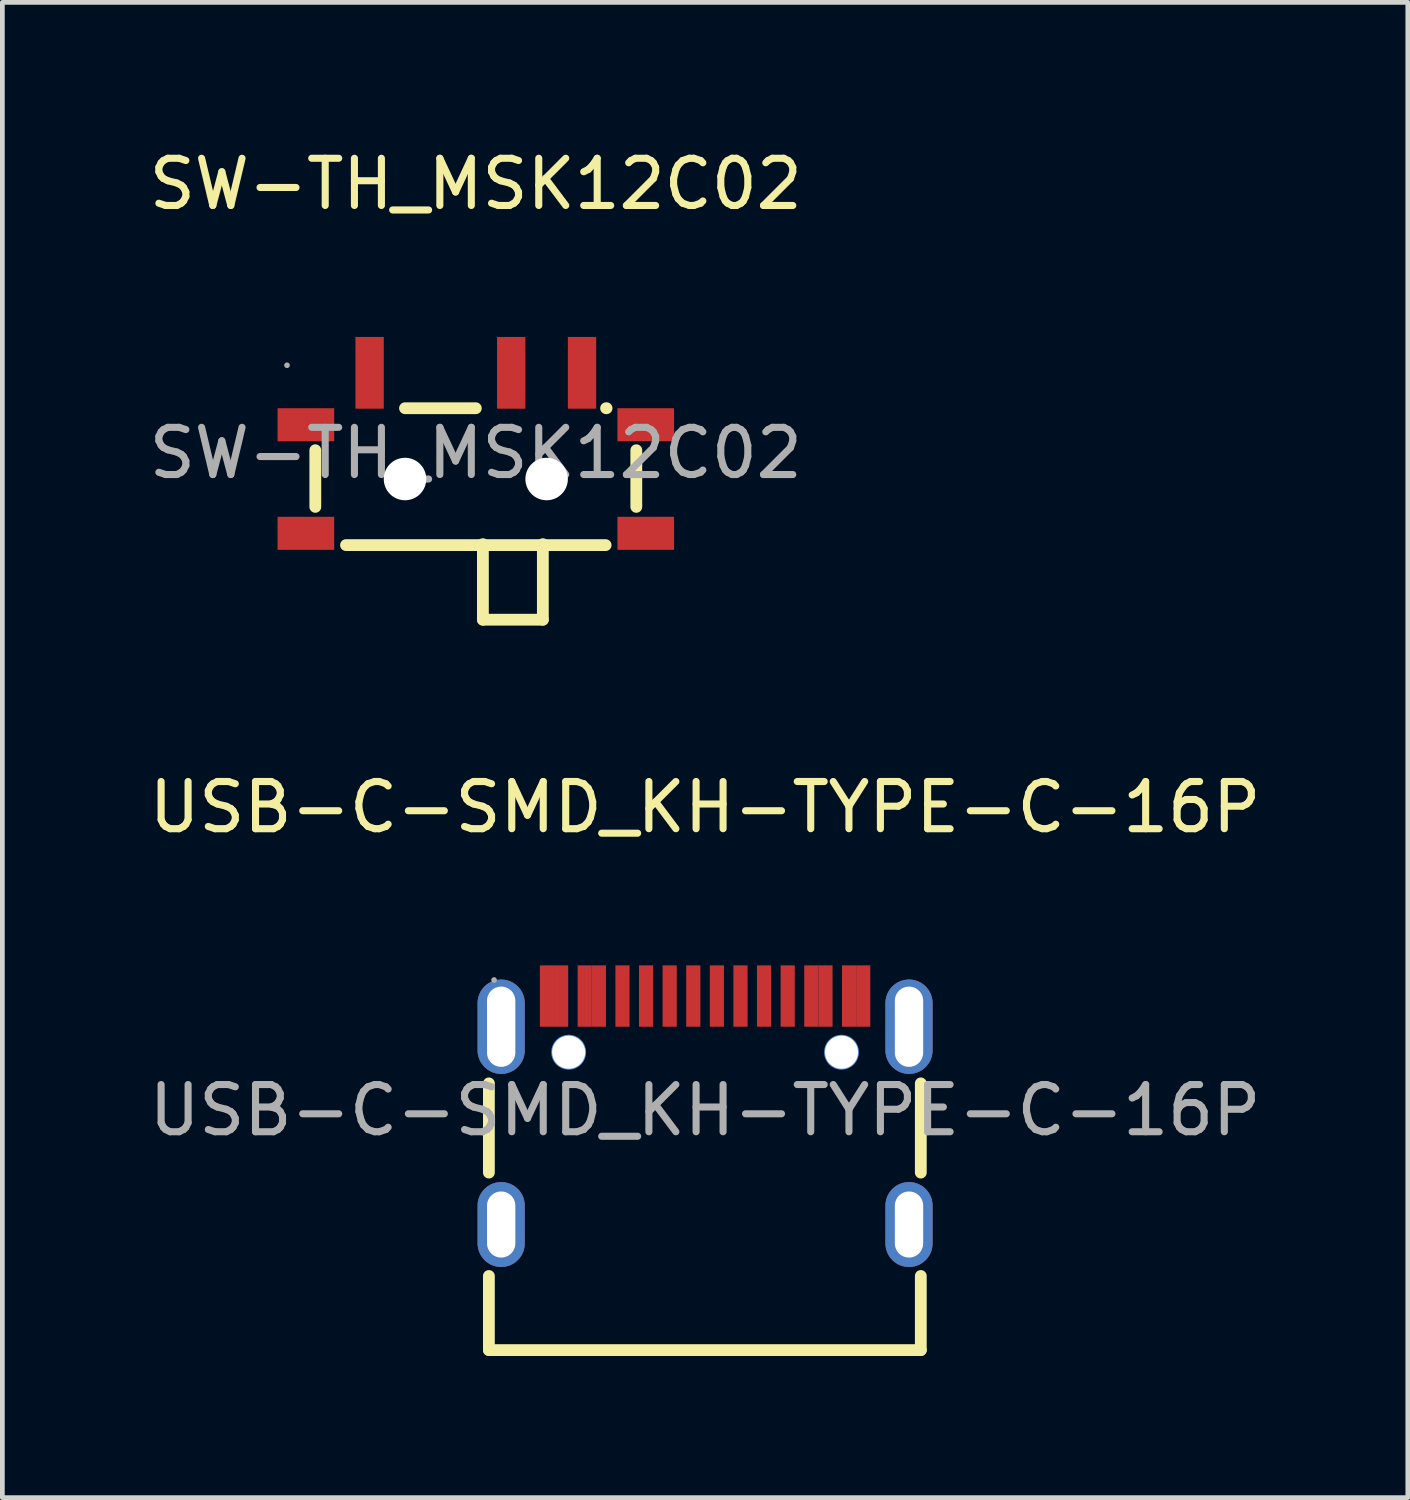
<source format=kicad_pcb>
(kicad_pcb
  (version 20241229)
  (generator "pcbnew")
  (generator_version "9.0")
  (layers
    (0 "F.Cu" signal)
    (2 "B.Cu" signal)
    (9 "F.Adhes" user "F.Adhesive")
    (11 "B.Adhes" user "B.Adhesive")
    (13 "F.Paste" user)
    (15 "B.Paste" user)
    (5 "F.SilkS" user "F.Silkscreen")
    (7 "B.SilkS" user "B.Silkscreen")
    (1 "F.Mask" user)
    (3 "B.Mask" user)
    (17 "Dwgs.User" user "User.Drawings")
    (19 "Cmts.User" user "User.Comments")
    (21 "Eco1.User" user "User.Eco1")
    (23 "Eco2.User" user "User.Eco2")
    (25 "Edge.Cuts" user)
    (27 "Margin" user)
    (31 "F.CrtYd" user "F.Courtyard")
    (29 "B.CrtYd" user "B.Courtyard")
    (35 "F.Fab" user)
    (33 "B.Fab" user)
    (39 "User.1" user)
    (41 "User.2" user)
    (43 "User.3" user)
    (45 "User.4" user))
  (footprint "SW-TH_MSK12C02"
    (layer "F.Cu")
    (at 7.03 6.548)
    (property "Reference" "SW-TH_MSK12C02" (at 0 -5.7 0) (layer "F.SilkS") (effects (font (size 1 1) (thickness 0.15))))
    (attr through_hole)
    (fp_line (start -3.4 -0.06) (end -3.4 1.14) (stroke (width 0.25) (type solid)) (layer "F.SilkS"))
    (fp_line (start -2.75 1.95) (end 2.75 1.95) (stroke (width 0.25) (type solid)) (layer "F.SilkS"))
    (fp_line (start -1.5 -0.95) (end 0 -0.95) (stroke (width 0.25) (type solid)) (layer "F.SilkS"))
    (fp_line (start 0.15 1.93) (end 0.15 3.53) (stroke (width 0.25) (type solid)) (layer "F.SilkS"))
    (fp_line (start 0.15 3.53) (end 1.42 3.53) (stroke (width 0.25) (type solid)) (layer "F.SilkS"))
    (fp_line (start 1.42 3.53) (end 1.42 1.93) (stroke (width 0.25) (type solid)) (layer "F.SilkS"))
    (fp_line (start 2.77 -0.95) (end 2.76 -0.95) (stroke (width 0.25) (type solid)) (layer "F.SilkS"))
    (fp_line (start 3.4 -0.06) (end 3.4 1.14) (stroke (width 0.25) (type solid)) (layer "F.SilkS"))
    (fp_circle (center -1.5 0.55) (end -1.31 0.55) (stroke (width 0.38) (type solid)) (fill no) (layer "Cmts.User"))
    (fp_circle (center 1.5 0.55) (end 1.69 0.55) (stroke (width 0.38) (type solid)) (fill no) (layer "Cmts.User"))
    (fp_circle (center -4 -1.86) (end -3.97 -1.86) (stroke (width 0.06) (type solid)) (fill no) (layer "F.Fab"))
    (fp_text user "${REFERENCE}" (at 0 0 0) (layer "F.Fab") (effects (font (size 1 1) (thickness 0.15))))
    (pad "" np_thru_hole circle (at -1.5 0.55) (size 0.9 0.9) (drill 0.9) (layers "*.Cu" "*.Mask"))
    (pad "" np_thru_hole circle (at 1.5 0.55) (size 0.9 0.9) (drill 0.9) (layers "*.Cu" "*.Mask"))
    (pad "1" smd rect (at -2.25 -1.7 90) (size 1.52 0.6) (layers "F.Cu" "F.Mask" "F.Paste"))
    (pad "2" smd rect (at 0.75 -1.7 90) (size 1.52 0.6) (layers "F.Cu" "F.Mask" "F.Paste"))
    (pad "3" smd rect (at 2.25 -1.7 90) (size 1.52 0.6) (layers "F.Cu" "F.Mask" "F.Paste"))
    (pad "4" smd rect (at -3.6 -0.6 180) (size 1.2 0.7) (layers "F.Cu" "F.Mask" "F.Paste"))
    (pad "4" smd rect (at -3.6 1.7 180) (size 1.2 0.7) (layers "F.Cu" "F.Mask" "F.Paste"))
    (pad "4" smd rect (at 3.6 -0.6 180) (size 1.2 0.7) (layers "F.Cu" "F.Mask" "F.Paste"))
    (pad "4" smd rect (at 3.6 1.7 180) (size 1.2 0.7) (layers "F.Cu" "F.Mask" "F.Paste")))
  (footprint "USB-C-SMD_KH-TYPE-C-16P"
    (layer "F.Cu")
    (at 11.887 20.471)
    (property "Reference" "USB-C-SMD_KH-TYPE-C-16P" (at 0 -6.42 0) (layer "F.SilkS") (effects (font (size 1 1) (thickness 0.15))))
    (attr smd)
    (fp_line (start -4.58 -0.57) (end -4.58 1.32) (stroke (width 0.25) (type solid)) (layer "F.SilkS"))
    (fp_line (start -4.58 3.51) (end -4.58 5.08) (stroke (width 0.25) (type solid)) (layer "F.SilkS"))
    (fp_line (start -4.58 5.08) (end 4.57 5.08) (stroke (width 0.25) (type solid)) (layer "F.SilkS"))
    (fp_line (start 4.57 1.32) (end 4.57 -0.57) (stroke (width 0.25) (type solid)) (layer "F.SilkS"))
    (fp_line (start 4.57 5.08) (end 4.57 3.51) (stroke (width 0.25) (type solid)) (layer "F.SilkS"))
    (fp_circle (center -2.89 -1.23) (end -2.77 -1.23) (stroke (width 0.25) (type solid)) (fill no) (layer "Cmts.User"))
    (fp_circle (center 2.89 -1.23) (end 3.01 -1.23) (stroke (width 0.25) (type solid)) (fill no) (layer "Cmts.User"))
    (fp_circle (center -4.47 -2.76) (end -4.44 -2.76) (stroke (width 0.06) (type solid)) (fill no) (layer "F.Fab"))
    (fp_text user "${REFERENCE}" (at 0 0 0) (layer "F.Fab") (effects (font (size 1 1) (thickness 0.15))))
    (pad "" thru_hole circle (at -2.89 -1.23) (size 0.7 0.7) (drill 0.7) (layers "*.Cu" "*.Mask"))
    (pad "" thru_hole circle (at 2.89 -1.23) (size 0.7 0.7) (drill 0.7) (layers "*.Cu" "*.Mask"))
    (pad "1" thru_hole oval (at -4.32 -1.77) (size 1 2) (drill oval 0.6 1.7) (layers "*.Cu" "*.Mask"))
    (pad "2" thru_hole oval (at 4.32 -1.77) (size 1 2) (drill oval 0.6 1.7) (layers "*.Cu" "*.Mask"))
    (pad "3" thru_hole oval (at -4.32 2.42) (size 1 1.8) (drill oval 0.6 1.4) (layers "*.Cu" "*.Mask"))
    (pad "4" thru_hole oval (at 4.32 2.42) (size 1 1.8) (drill oval 0.6 1.4) (layers "*.Cu" "*.Mask"))
    (pad "A1" smd rect (at -3.35 -2.42) (size 0.3 1.3) (layers "F.Cu" "F.Mask" "F.Paste"))
    (pad "A4" smd rect (at -2.55 -2.42) (size 0.3 1.3) (layers "F.Cu" "F.Mask" "F.Paste"))
    (pad "A5" smd rect (at -1.25 -2.42) (size 0.3 1.3) (layers "F.Cu" "F.Mask" "F.Paste"))
    (pad "A6" smd rect (at -0.25 -2.42) (size 0.3 1.3) (layers "F.Cu" "F.Mask" "F.Paste"))
    (pad "A7" smd rect (at 0.25 -2.42) (size 0.3 1.3) (layers "F.Cu" "F.Mask" "F.Paste"))
    (pad "A8" smd rect (at 1.25 -2.42) (size 0.3 1.3) (layers "F.Cu" "F.Mask" "F.Paste"))
    (pad "A9" smd rect (at 2.55 -2.42 180) (size 0.3 1.3) (layers "F.Cu" "F.Mask" "F.Paste"))
    (pad "A12" smd rect (at 3.35 -2.42) (size 0.3 1.3) (layers "F.Cu" "F.Mask" "F.Paste"))
    (pad "B1" smd rect (at 3.05 -2.42) (size 0.3 1.3) (layers "F.Cu" "F.Mask" "F.Paste"))
    (pad "B4" smd rect (at 2.25 -2.42 180) (size 0.3 1.3) (layers "F.Cu" "F.Mask" "F.Paste"))
    (pad "B5" smd rect (at 1.75 -2.42) (size 0.3 1.3) (layers "F.Cu" "F.Mask" "F.Paste"))
    (pad "B6" smd rect (at 0.75 -2.42) (size 0.3 1.3) (layers "F.Cu" "F.Mask" "F.Paste"))
    (pad "B7" smd rect (at -0.75 -2.42) (size 0.3 1.3) (layers "F.Cu" "F.Mask" "F.Paste"))
    (pad "B8" smd rect (at -1.75 -2.42) (size 0.3 1.3) (layers "F.Cu" "F.Mask" "F.Paste"))
    (pad "B9" smd rect (at -2.25 -2.42) (size 0.3 1.3) (layers "F.Cu" "F.Mask" "F.Paste"))
    (pad "B12" smd rect (at -3.05 -2.42) (size 0.3 1.3) (layers "F.Cu" "F.Mask" "F.Paste")))
  (gr_rect
    (start -3 -3)
    (end 26.774 28.677)
    (stroke (width 0.1) (type default))
    (fill no)
    (layer "Edge.Cuts")))
</source>
